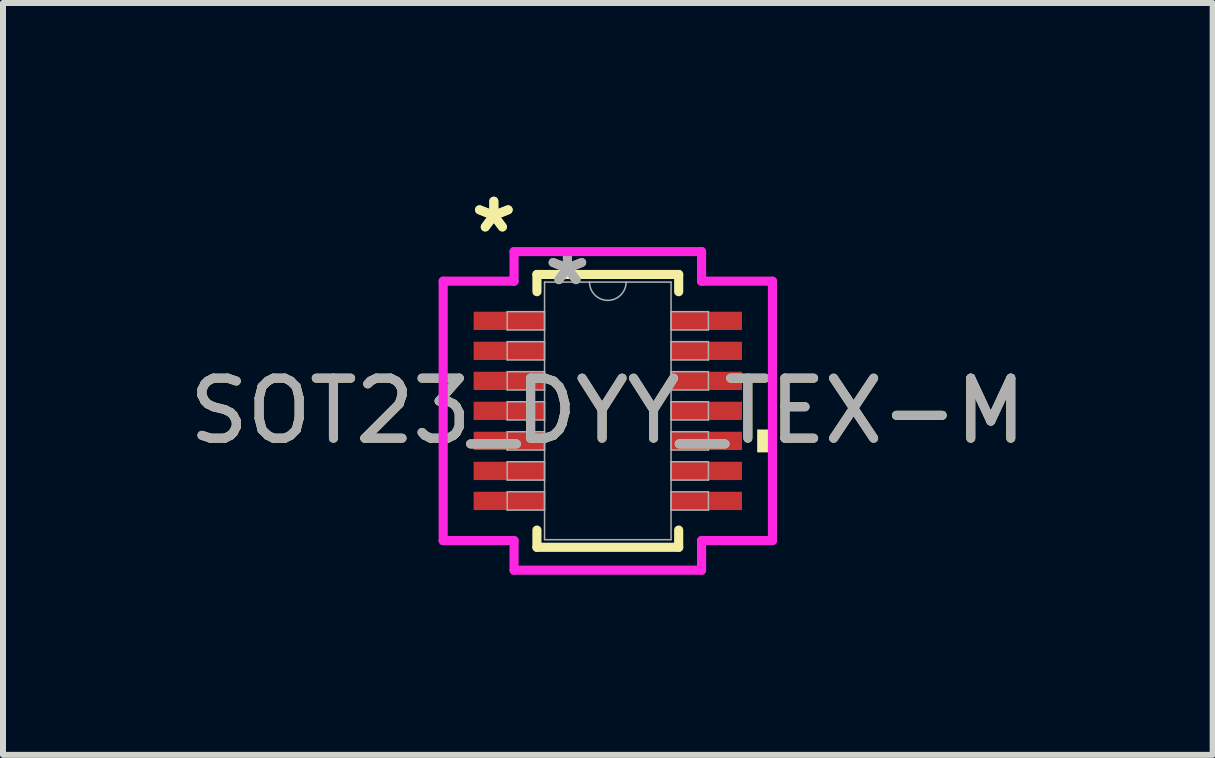
<source format=kicad_pcb>
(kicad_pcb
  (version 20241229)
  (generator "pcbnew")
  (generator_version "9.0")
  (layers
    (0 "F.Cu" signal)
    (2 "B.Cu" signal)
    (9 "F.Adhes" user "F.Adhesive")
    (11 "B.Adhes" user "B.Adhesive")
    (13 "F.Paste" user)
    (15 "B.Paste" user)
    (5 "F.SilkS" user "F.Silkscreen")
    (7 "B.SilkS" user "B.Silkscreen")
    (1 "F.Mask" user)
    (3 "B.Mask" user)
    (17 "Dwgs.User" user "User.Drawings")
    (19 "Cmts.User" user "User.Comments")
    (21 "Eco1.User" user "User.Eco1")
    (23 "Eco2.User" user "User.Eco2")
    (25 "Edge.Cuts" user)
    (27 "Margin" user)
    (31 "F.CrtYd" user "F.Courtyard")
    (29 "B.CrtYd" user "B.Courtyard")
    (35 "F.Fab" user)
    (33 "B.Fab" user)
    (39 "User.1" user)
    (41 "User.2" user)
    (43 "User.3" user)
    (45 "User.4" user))
  (footprint "SOT23_DYY_TEX-M"
    (layer "F.Cu")
    (at 7.077 3.796)
    (property "Reference" "SOT23_DYY_TEX-M" (at 0 0 0) (unlocked yes) (layer "F.SilkS") (effects (font (size 1 1) (thickness 0.15))))
    (attr smd)
    (fp_line (start -1.181 -2.273) (end -1.181 -1.986) (stroke (width 0.152) (type solid)) (layer "F.SilkS"))
    (fp_line (start -1.181 1.986) (end -1.181 2.273) (stroke (width 0.152) (type solid)) (layer "F.SilkS"))
    (fp_line (start -1.181 2.273) (end 1.181 2.273) (stroke (width 0.152) (type solid)) (layer "F.SilkS"))
    (fp_line (start 1.181 -2.273) (end -1.181 -2.273) (stroke (width 0.152) (type solid)) (layer "F.SilkS"))
    (fp_line (start 1.181 -1.986) (end 1.181 -2.273) (stroke (width 0.152) (type solid)) (layer "F.SilkS"))
    (fp_line (start 1.181 2.273) (end 1.181 1.986) (stroke (width 0.152) (type solid)) (layer "F.SilkS"))
    (fp_poly (pts (xy 2.743 0.31) (xy 2.743 0.691) (xy 2.489 0.691) (xy 2.489 0.31)) (stroke (width 0) (type solid)) (fill yes) (layer "F.SilkS"))
    (fp_line (start -2.743 -2.161) (end -1.562 -2.161) (stroke (width 0.152) (type solid)) (layer "F.CrtYd"))
    (fp_line (start -2.743 2.161) (end -2.743 -2.161) (stroke (width 0.152) (type solid)) (layer "F.CrtYd"))
    (fp_line (start -2.743 2.161) (end -1.562 2.161) (stroke (width 0.152) (type solid)) (layer "F.CrtYd"))
    (fp_line (start -1.562 -2.654) (end 1.562 -2.654) (stroke (width 0.152) (type solid)) (layer "F.CrtYd"))
    (fp_line (start -1.562 -2.161) (end -1.562 -2.654) (stroke (width 0.152) (type solid)) (layer "F.CrtYd"))
    (fp_line (start -1.562 2.654) (end -1.562 2.161) (stroke (width 0.152) (type solid)) (layer "F.CrtYd"))
    (fp_line (start 1.562 -2.654) (end 1.562 -2.161) (stroke (width 0.152) (type solid)) (layer "F.CrtYd"))
    (fp_line (start 1.562 2.161) (end 1.562 2.654) (stroke (width 0.152) (type solid)) (layer "F.CrtYd"))
    (fp_line (start 1.562 2.654) (end -1.562 2.654) (stroke (width 0.152) (type solid)) (layer "F.CrtYd"))
    (fp_line (start 2.743 -2.161) (end 1.562 -2.161) (stroke (width 0.152) (type solid)) (layer "F.CrtYd"))
    (fp_line (start 2.743 -2.161) (end 2.743 2.161) (stroke (width 0.152) (type solid)) (layer "F.CrtYd"))
    (fp_line (start 2.743 2.161) (end 1.562 2.161) (stroke (width 0.152) (type solid)) (layer "F.CrtYd"))
    (fp_line (start -1.676 -1.653) (end -1.676 -1.348) (stroke (width 0.025) (type solid)) (layer "F.Fab"))
    (fp_line (start -1.676 -1.348) (end -1.054 -1.348) (stroke (width 0.025) (type solid)) (layer "F.Fab"))
    (fp_line (start -1.676 -1.153) (end -1.676 -0.848) (stroke (width 0.025) (type solid)) (layer "F.Fab"))
    (fp_line (start -1.676 -0.848) (end -1.054 -0.848) (stroke (width 0.025) (type solid)) (layer "F.Fab"))
    (fp_line (start -1.676 -0.653) (end -1.676 -0.348) (stroke (width 0.025) (type solid)) (layer "F.Fab"))
    (fp_line (start -1.676 -0.348) (end -1.054 -0.348) (stroke (width 0.025) (type solid)) (layer "F.Fab"))
    (fp_line (start -1.676 -0.152) (end -1.676 0.152) (stroke (width 0.025) (type solid)) (layer "F.Fab"))
    (fp_line (start -1.676 0.152) (end -1.054 0.152) (stroke (width 0.025) (type solid)) (layer "F.Fab"))
    (fp_line (start -1.676 0.348) (end -1.676 0.653) (stroke (width 0.025) (type solid)) (layer "F.Fab"))
    (fp_line (start -1.676 0.653) (end -1.054 0.653) (stroke (width 0.025) (type solid)) (layer "F.Fab"))
    (fp_line (start -1.676 0.848) (end -1.676 1.153) (stroke (width 0.025) (type solid)) (layer "F.Fab"))
    (fp_line (start -1.676 1.153) (end -1.054 1.153) (stroke (width 0.025) (type solid)) (layer "F.Fab"))
    (fp_line (start -1.676 1.348) (end -1.676 1.653) (stroke (width 0.025) (type solid)) (layer "F.Fab"))
    (fp_line (start -1.676 1.653) (end -1.054 1.653) (stroke (width 0.025) (type solid)) (layer "F.Fab"))
    (fp_line (start -1.054 -2.146) (end -1.054 2.146) (stroke (width 0.025) (type solid)) (layer "F.Fab"))
    (fp_line (start -1.054 -1.653) (end -1.676 -1.653) (stroke (width 0.025) (type solid)) (layer "F.Fab"))
    (fp_line (start -1.054 -1.348) (end -1.054 -1.653) (stroke (width 0.025) (type solid)) (layer "F.Fab"))
    (fp_line (start -1.054 -1.153) (end -1.676 -1.153) (stroke (width 0.025) (type solid)) (layer "F.Fab"))
    (fp_line (start -1.054 -0.848) (end -1.054 -1.153) (stroke (width 0.025) (type solid)) (layer "F.Fab"))
    (fp_line (start -1.054 -0.653) (end -1.676 -0.653) (stroke (width 0.025) (type solid)) (layer "F.Fab"))
    (fp_line (start -1.054 -0.348) (end -1.054 -0.653) (stroke (width 0.025) (type solid)) (layer "F.Fab"))
    (fp_line (start -1.054 -0.152) (end -1.676 -0.152) (stroke (width 0.025) (type solid)) (layer "F.Fab"))
    (fp_line (start -1.054 0.152) (end -1.054 -0.152) (stroke (width 0.025) (type solid)) (layer "F.Fab"))
    (fp_line (start -1.054 0.348) (end -1.676 0.348) (stroke (width 0.025) (type solid)) (layer "F.Fab"))
    (fp_line (start -1.054 0.653) (end -1.054 0.348) (stroke (width 0.025) (type solid)) (layer "F.Fab"))
    (fp_line (start -1.054 0.848) (end -1.676 0.848) (stroke (width 0.025) (type solid)) (layer "F.Fab"))
    (fp_line (start -1.054 1.153) (end -1.054 0.848) (stroke (width 0.025) (type solid)) (layer "F.Fab"))
    (fp_line (start -1.054 1.348) (end -1.676 1.348) (stroke (width 0.025) (type solid)) (layer "F.Fab"))
    (fp_line (start -1.054 1.653) (end -1.054 1.348) (stroke (width 0.025) (type solid)) (layer "F.Fab"))
    (fp_line (start -1.054 2.146) (end 1.054 2.146) (stroke (width 0.025) (type solid)) (layer "F.Fab"))
    (fp_line (start 1.054 -2.146) (end -1.054 -2.146) (stroke (width 0.025) (type solid)) (layer "F.Fab"))
    (fp_line (start 1.054 -1.653) (end 1.054 -1.348) (stroke (width 0.025) (type solid)) (layer "F.Fab"))
    (fp_line (start 1.054 -1.348) (end 1.676 -1.348) (stroke (width 0.025) (type solid)) (layer "F.Fab"))
    (fp_line (start 1.054 -1.153) (end 1.054 -0.848) (stroke (width 0.025) (type solid)) (layer "F.Fab"))
    (fp_line (start 1.054 -0.848) (end 1.676 -0.848) (stroke (width 0.025) (type solid)) (layer "F.Fab"))
    (fp_line (start 1.054 -0.653) (end 1.054 -0.348) (stroke (width 0.025) (type solid)) (layer "F.Fab"))
    (fp_line (start 1.054 -0.348) (end 1.676 -0.348) (stroke (width 0.025) (type solid)) (layer "F.Fab"))
    (fp_line (start 1.054 -0.152) (end 1.054 0.152) (stroke (width 0.025) (type solid)) (layer "F.Fab"))
    (fp_line (start 1.054 0.152) (end 1.676 0.152) (stroke (width 0.025) (type solid)) (layer "F.Fab"))
    (fp_line (start 1.054 0.348) (end 1.054 0.653) (stroke (width 0.025) (type solid)) (layer "F.Fab"))
    (fp_line (start 1.054 0.653) (end 1.676 0.653) (stroke (width 0.025) (type solid)) (layer "F.Fab"))
    (fp_line (start 1.054 0.848) (end 1.054 1.153) (stroke (width 0.025) (type solid)) (layer "F.Fab"))
    (fp_line (start 1.054 1.153) (end 1.676 1.153) (stroke (width 0.025) (type solid)) (layer "F.Fab"))
    (fp_line (start 1.054 1.348) (end 1.054 1.653) (stroke (width 0.025) (type solid)) (layer "F.Fab"))
    (fp_line (start 1.054 1.653) (end 1.676 1.653) (stroke (width 0.025) (type solid)) (layer "F.Fab"))
    (fp_line (start 1.054 2.146) (end 1.054 -2.146) (stroke (width 0.025) (type solid)) (layer "F.Fab"))
    (fp_line (start 1.676 -1.653) (end 1.054 -1.653) (stroke (width 0.025) (type solid)) (layer "F.Fab"))
    (fp_line (start 1.676 -1.348) (end 1.676 -1.653) (stroke (width 0.025) (type solid)) (layer "F.Fab"))
    (fp_line (start 1.676 -1.153) (end 1.054 -1.153) (stroke (width 0.025) (type solid)) (layer "F.Fab"))
    (fp_line (start 1.676 -0.848) (end 1.676 -1.153) (stroke (width 0.025) (type solid)) (layer "F.Fab"))
    (fp_line (start 1.676 -0.653) (end 1.054 -0.653) (stroke (width 0.025) (type solid)) (layer "F.Fab"))
    (fp_line (start 1.676 -0.348) (end 1.676 -0.653) (stroke (width 0.025) (type solid)) (layer "F.Fab"))
    (fp_line (start 1.676 -0.152) (end 1.054 -0.152) (stroke (width 0.025) (type solid)) (layer "F.Fab"))
    (fp_line (start 1.676 0.152) (end 1.676 -0.152) (stroke (width 0.025) (type solid)) (layer "F.Fab"))
    (fp_line (start 1.676 0.348) (end 1.054 0.348) (stroke (width 0.025) (type solid)) (layer "F.Fab"))
    (fp_line (start 1.676 0.653) (end 1.676 0.348) (stroke (width 0.025) (type solid)) (layer "F.Fab"))
    (fp_line (start 1.676 0.848) (end 1.054 0.848) (stroke (width 0.025) (type solid)) (layer "F.Fab"))
    (fp_line (start 1.676 1.153) (end 1.676 0.848) (stroke (width 0.025) (type solid)) (layer "F.Fab"))
    (fp_line (start 1.676 1.348) (end 1.054 1.348) (stroke (width 0.025) (type solid)) (layer "F.Fab"))
    (fp_line (start 1.676 1.653) (end 1.676 1.348) (stroke (width 0.025) (type solid)) (layer "F.Fab"))
    (fp_arc (start 0.3048 -2.1463) (mid 0 -1.8415) (end -0.3048 -2.1463) (stroke (width 0.0254) (type solid)) (layer "F.Fab"))
    (fp_text user "*" (at -1.899 -2.948 0) (layer "F.SilkS") (effects (font (size 1 1) (thickness 0.15))))
    (fp_text user "*" (at -1.899 -2.948 0) (unlocked yes) (layer "F.SilkS") (effects (font (size 1 1) (thickness 0.15))))
    (fp_text user "*" (at -0.673 -2.07 0) (layer "F.Fab") (effects (font (size 1 1) (thickness 0.15))))
    (fp_text user "*" (at -0.673 -2.07 0) (unlocked yes) (layer "F.Fab") (effects (font (size 1 1) (thickness 0.15))))
    (fp_text user "${REFERENCE}" (at 0 0 0) (unlocked yes) (layer "F.Fab") (effects (font (size 1 1) (thickness 0.15))))
    (pad "1" smd rect (at -1.645 -1.5) (size 1.181 0.305) (layers "F.Cu" "F.Mask" "F.Paste"))
    (pad "2" smd rect (at -1.645 -1) (size 1.181 0.305) (layers "F.Cu" "F.Mask" "F.Paste"))
    (pad "3" smd rect (at -1.645 -0.5) (size 1.181 0.305) (layers "F.Cu" "F.Mask" "F.Paste"))
    (pad "4" smd rect (at -1.645 0) (size 1.181 0.305) (layers "F.Cu" "F.Mask" "F.Paste"))
    (pad "5" smd rect (at -1.645 0.5) (size 1.181 0.305) (layers "F.Cu" "F.Mask" "F.Paste"))
    (pad "6" smd rect (at -1.645 1) (size 1.181 0.305) (layers "F.Cu" "F.Mask" "F.Paste"))
    (pad "7" smd rect (at -1.645 1.5) (size 1.181 0.305) (layers "F.Cu" "F.Mask" "F.Paste"))
    (pad "8" smd rect (at 1.645 1.5) (size 1.181 0.305) (layers "F.Cu" "F.Mask" "F.Paste"))
    (pad "9" smd rect (at 1.645 1) (size 1.181 0.305) (layers "F.Cu" "F.Mask" "F.Paste"))
    (pad "10" smd rect (at 1.645 0.5) (size 1.181 0.305) (layers "F.Cu" "F.Mask" "F.Paste"))
    (pad "11" smd rect (at 1.645 0) (size 1.181 0.305) (layers "F.Cu" "F.Mask" "F.Paste"))
    (pad "12" smd rect (at 1.645 -0.5) (size 1.181 0.305) (layers "F.Cu" "F.Mask" "F.Paste"))
    (pad "13" smd rect (at 1.645 -1) (size 1.181 0.305) (layers "F.Cu" "F.Mask" "F.Paste"))
    (pad "14" smd rect (at 1.645 -1.5) (size 1.181 0.305) (layers "F.Cu" "F.Mask" "F.Paste")))
  (gr_rect
    (start -3 -3)
    (end 17.155 9.527)
    (stroke (width 0.1) (type default))
    (fill no)
    (layer "Edge.Cuts")))
</source>
